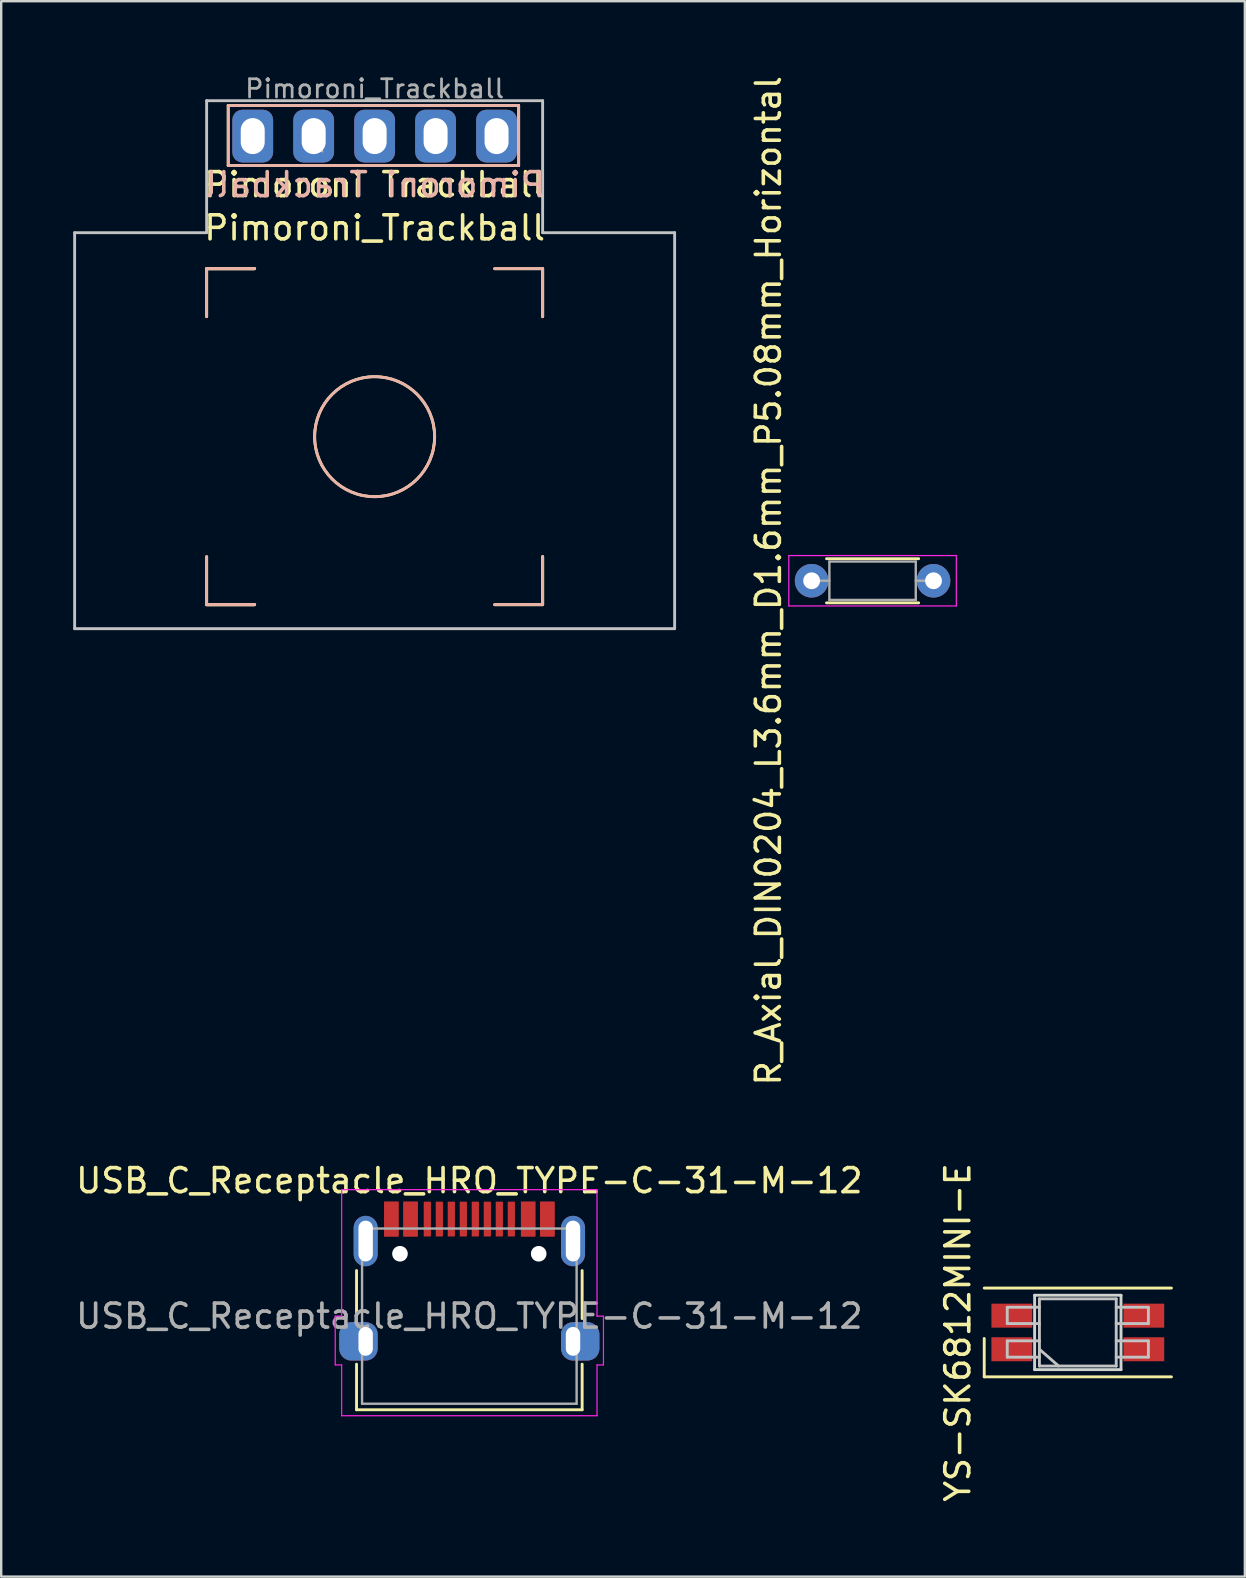
<source format=kicad_pcb>
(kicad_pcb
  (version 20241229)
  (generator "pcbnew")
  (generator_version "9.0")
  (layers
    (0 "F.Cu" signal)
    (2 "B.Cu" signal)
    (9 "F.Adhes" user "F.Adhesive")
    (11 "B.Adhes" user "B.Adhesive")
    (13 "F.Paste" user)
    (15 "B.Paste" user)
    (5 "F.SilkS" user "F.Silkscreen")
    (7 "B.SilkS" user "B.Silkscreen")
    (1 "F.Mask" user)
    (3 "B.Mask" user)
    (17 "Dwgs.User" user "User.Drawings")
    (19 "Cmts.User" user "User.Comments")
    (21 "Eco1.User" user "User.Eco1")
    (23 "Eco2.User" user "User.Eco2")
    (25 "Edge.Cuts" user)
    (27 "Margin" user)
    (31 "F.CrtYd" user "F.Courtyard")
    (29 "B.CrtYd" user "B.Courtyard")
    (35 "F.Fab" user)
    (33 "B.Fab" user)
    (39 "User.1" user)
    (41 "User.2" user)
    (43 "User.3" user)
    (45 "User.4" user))
  (footprint "USB_C_Receptacle_HRO_TYPE-C-31-M-12"
    (layer "F.Cu")
    (at 16.506 51.791)
    (property "Reference" "USB_C_Receptacle_HRO_TYPE-C-31-M-12" (at 0 -5.645 0) (layer "F.SilkS") (effects (font (size 1 1) (thickness 0.15))))
    (attr smd)
    (fp_rect (start -3.9 -5.1) (end 3.9 -3) (stroke (width 0) (type solid)) (fill yes) (layer "B.Mask"))
    (fp_line (start -4.7 -1.9) (end -4.7 0.1) (stroke (width 0.12) (type solid)) (layer "F.SilkS"))
    (fp_line (start -4.7 2) (end -4.7 3.9) (stroke (width 0.12) (type solid)) (layer "F.SilkS"))
    (fp_line (start -4.7 3.9) (end 4.7 3.9) (stroke (width 0.12) (type solid)) (layer "F.SilkS"))
    (fp_line (start 4.7 -1.9) (end 4.7 0.1) (stroke (width 0.12) (type solid)) (layer "F.SilkS"))
    (fp_line (start 4.7 2) (end 4.7 3.9) (stroke (width 0.12) (type solid)) (layer "F.SilkS"))
    (fp_line (start -5.588 0) (end -5.588 2.032) (stroke (width 0.05) (type solid)) (layer "F.CrtYd"))
    (fp_line (start -5.588 0) (end -5.32 0) (stroke (width 0.05) (type solid)) (layer "F.CrtYd"))
    (fp_line (start -5.588 2.032) (end -5.32 2.032) (stroke (width 0.05) (type solid)) (layer "F.CrtYd"))
    (fp_line (start -5.32 -5.27) (end -5.32 0) (stroke (width 0.05) (type solid)) (layer "F.CrtYd"))
    (fp_line (start -5.32 -5.27) (end 5.32 -5.27) (stroke (width 0.05) (type solid)) (layer "F.CrtYd"))
    (fp_line (start -5.32 2.032) (end -5.32 4.15) (stroke (width 0.05) (type solid)) (layer "F.CrtYd"))
    (fp_line (start -5.32 4.15) (end 5.32 4.15) (stroke (width 0.05) (type solid)) (layer "F.CrtYd"))
    (fp_line (start 5.32 -5.27) (end 5.32 0) (stroke (width 0.05) (type solid)) (layer "F.CrtYd"))
    (fp_line (start 5.32 2.032) (end 5.32 4.15) (stroke (width 0.05) (type solid)) (layer "F.CrtYd"))
    (fp_line (start 5.588 0) (end 5.32 0) (stroke (width 0.05) (type solid)) (layer "F.CrtYd"))
    (fp_line (start 5.588 0) (end 5.588 2.032) (stroke (width 0.05) (type solid)) (layer "F.CrtYd"))
    (fp_line (start 5.588 2.032) (end 5.32 2.032) (stroke (width 0.05) (type solid)) (layer "F.CrtYd"))
    (fp_line (start -4.47 -3.65) (end -4.47 3.65) (stroke (width 0.1) (type solid)) (layer "F.Fab"))
    (fp_line (start -4.47 -3.65) (end 4.47 -3.65) (stroke (width 0.1) (type solid)) (layer "F.Fab"))
    (fp_line (start -4.47 3.65) (end 4.47 3.65) (stroke (width 0.1) (type solid)) (layer "F.Fab"))
    (fp_line (start 4.47 -3.65) (end 4.47 3.65) (stroke (width 0.1) (type solid)) (layer "F.Fab"))
    (fp_text user "${REFERENCE}" (at 0 0 0) (layer "F.Fab") (effects (font (size 1 1) (thickness 0.15))))
    (pad "" np_thru_hole circle (at -2.89 -2.6) (size 0.65 0.65) (drill 0.65) (layers "*.Cu" "*.Mask"))
    (pad "" np_thru_hole circle (at 2.89 -2.6) (size 0.65 0.65) (drill 0.65) (layers "*.Cu" "*.Mask"))
    (pad "A1" smd rect (at -3.25 -4.045) (size 0.6 1.45) (layers "F.Cu" "F.Mask" "F.Paste"))
    (pad "A4" smd rect (at -2.45 -4.045) (size 0.6 1.45) (layers "F.Cu" "F.Mask" "F.Paste"))
    (pad "A5" smd rect (at -1.25 -4.045) (size 0.3 1.45) (layers "F.Cu" "F.Mask" "F.Paste"))
    (pad "A6" smd rect (at -0.25 -4.045) (size 0.3 1.45) (layers "F.Cu" "F.Mask" "F.Paste"))
    (pad "A7" smd rect (at 0.25 -4.045) (size 0.3 1.45) (layers "F.Cu" "F.Mask" "F.Paste"))
    (pad "A8" smd rect (at 1.25 -4.045) (size 0.3 1.45) (layers "F.Cu" "F.Mask" "F.Paste"))
    (pad "A9" smd rect (at 2.45 -4.045) (size 0.6 1.45) (layers "F.Cu" "F.Mask" "F.Paste"))
    (pad "A12" smd rect (at 3.25 -4.045) (size 0.6 1.45) (layers "F.Cu" "F.Mask" "F.Paste"))
    (pad "B1" smd rect (at 3.25 -4.045) (size 0.6 1.45) (layers "F.Cu" "F.Mask" "F.Paste"))
    (pad "B4" smd rect (at 2.45 -4.045) (size 0.6 1.45) (layers "F.Cu" "F.Mask" "F.Paste"))
    (pad "B5" smd rect (at 1.75 -4.045) (size 0.3 1.45) (layers "F.Cu" "F.Mask" "F.Paste"))
    (pad "B6" smd rect (at 0.75 -4.045) (size 0.3 1.45) (layers "F.Cu" "F.Mask" "F.Paste"))
    (pad "B7" smd rect (at -0.75 -4.045) (size 0.3 1.45) (layers "F.Cu" "F.Mask" "F.Paste"))
    (pad "B8" smd rect (at -1.75 -4.045) (size 0.3 1.45) (layers "F.Cu" "F.Mask" "F.Paste"))
    (pad "B9" smd rect (at -2.45 -4.045) (size 0.6 1.45) (layers "F.Cu" "F.Mask" "F.Paste"))
    (pad "B12" smd rect (at -3.25 -4.045) (size 0.6 1.45) (layers "F.Cu" "F.Mask" "F.Paste"))
    (pad "S1" thru_hole oval (at -4.32 -3.13) (size 1 2.1) (drill oval 0.6 1.7) (layers "*.Cu" "*.Mask"))
    (pad "S1" thru_hole roundrect (at -4.32 1.05) (size 1.6 1.6) (drill oval 0.6 1.2 (offset -0.3 0)) (layers "*.Cu" "*.Mask") (roundrect_rratio 0.312))
    (pad "S1" thru_hole oval (at 4.32 -3.13) (size 1 2.1) (drill oval 0.6 1.7) (layers "*.Cu" "*.Mask"))
    (pad "S1" thru_hole roundrect (at 4.32 1.05) (size 1.6 1.6) (drill oval 0.6 1.2 (offset 0.3 0)) (layers "*.Cu" "*.Mask") (roundrect_rratio 0.312))
    (zone (net_name "") (layer "B.Cu") (hatch edge 0.508) (connect_pads) (min_thickness 0.254) (filled_areas_thickness no) (keepout (tracks allowed) (vias allowed) (pads allowed) (copperpour not_allowed) (footprints allowed)) (placement (enabled no)) (fill) (polygon (pts (xy 20.406 48.791) (xy 12.606 48.791) (xy 12.606 46.691) (xy 20.406 46.691)))))
  (footprint "YS-SK6812MINI-E"
    (layer "F.Cu")
    (at 41.86 52.47)
    (property "Reference" "YS-SK6812MINI-E" (at -5 0 90) (layer "F.SilkS") (effects (font (size 1 1) (thickness 0.15))))
    (fp_line (start -3.9 0.25) (end -3.9 1.85) (stroke (width 0.12) (type solid)) (layer "F.SilkS"))
    (fp_line (start -3.9 1.85) (end 3.9 1.85) (stroke (width 0.12) (type solid)) (layer "F.SilkS"))
    (fp_line (start 3.9 -1.85) (end -3.9 -1.85) (stroke (width 0.12) (type solid)) (layer "F.SilkS"))
    (fp_line (start -2.94 -1.05) (end -2.94 -0.37) (stroke (width 0.12) (type solid)) (layer "Dwgs.User"))
    (fp_line (start -2.94 -0.37) (end -1.6 -0.37) (stroke (width 0.12) (type solid)) (layer "Dwgs.User"))
    (fp_line (start -2.94 0.35) (end -2.94 1.03) (stroke (width 0.12) (type solid)) (layer "Dwgs.User"))
    (fp_line (start -2.94 1.03) (end -1.6 1.03) (stroke (width 0.12) (type solid)) (layer "Dwgs.User"))
    (fp_line (start -1.6 -1.4) (end -1.6 1.4) (stroke (width 0.12) (type solid)) (layer "Dwgs.User"))
    (fp_line (start -1.6 -1.4) (end 1.6 -1.4) (stroke (width 0.12) (type solid)) (layer "Dwgs.User"))
    (fp_line (start -1.6 -1.05) (end -2.94 -1.05) (stroke (width 0.12) (type solid)) (layer "Dwgs.User"))
    (fp_line (start -1.6 0.35) (end -2.94 0.35) (stroke (width 0.12) (type solid)) (layer "Dwgs.User"))
    (fp_line (start -1.6 0.7) (end -0.8 1.4) (stroke (width 0.12) (type solid)) (layer "Dwgs.User"))
    (fp_line (start -1.6 1.4) (end 1.6 1.4) (stroke (width 0.12) (type solid)) (layer "Dwgs.User"))
    (fp_line (start 1.6 -1.4) (end 1.6 1.4) (stroke (width 0.12) (type solid)) (layer "Dwgs.User"))
    (fp_line (start 1.6 -0.37) (end 2.94 -0.37) (stroke (width 0.12) (type solid)) (layer "Dwgs.User"))
    (fp_line (start 1.6 1.03) (end 2.94 1.03) (stroke (width 0.12) (type solid)) (layer "Dwgs.User"))
    (fp_line (start 2.94 -1.05) (end 1.6 -1.05) (stroke (width 0.12) (type solid)) (layer "Dwgs.User"))
    (fp_line (start 2.94 -0.37) (end 2.94 -1.05) (stroke (width 0.12) (type solid)) (layer "Dwgs.User"))
    (fp_line (start 2.94 0.35) (end 1.6 0.35) (stroke (width 0.12) (type solid)) (layer "Dwgs.User"))
    (fp_line (start 2.94 1.03) (end 2.94 0.35) (stroke (width 0.12) (type solid)) (layer "Dwgs.User"))
    (fp_line (start -1.8 -1.55) (end -1.8 1.55) (stroke (width 0.12) (type solid)) (layer "Edge.Cuts"))
    (fp_line (start -1.8 1.55) (end 1.8 1.55) (stroke (width 0.12) (type solid)) (layer "Edge.Cuts"))
    (fp_line (start 1.8 -1.55) (end -1.8 -1.55) (stroke (width 0.12) (type solid)) (layer "Edge.Cuts"))
    (fp_line (start 1.8 1.55) (end 1.8 -1.55) (stroke (width 0.12) (type solid)) (layer "Edge.Cuts"))
    (pad "1" smd rect (at 2.75 -0.7) (size 1.7 1) (layers "F.Cu" "F.Mask" "F.Paste"))
    (pad "2" smd rect (at 2.75 0.7) (size 1.7 1) (layers "F.Cu" "F.Mask" "F.Paste"))
    (pad "3" smd rect (at -2.75 0.7) (size 1.7 1) (layers "F.Cu" "F.Mask" "F.Paste"))
    (pad "4" smd rect (at -2.75 -0.7) (size 1.7 1) (layers "F.Cu" "F.Mask" "F.Paste")))
  (footprint "R_Axial_DIN0204_L3.6mm_D1.6mm_P5.08mm_Horizontal"
    (layer "F.Cu")
    (at 30.768 21.149)
    (property "Reference" "R_Axial_DIN0204_L3.6mm_D1.6mm_P5.08mm_Horizontal" (at -1.8 0 90) (layer "F.SilkS") (effects (font (size 1 1) (thickness 0.15))))
    (fp_line (start 0.62 -0.92) (end 4.46 -0.92) (stroke (width 0.12) (type solid)) (layer "F.SilkS"))
    (fp_line (start 0.62 0.92) (end 4.46 0.92) (stroke (width 0.12) (type solid)) (layer "F.SilkS"))
    (fp_line (start -0.95 -1.05) (end -0.95 1.05) (stroke (width 0.05) (type solid)) (layer "F.CrtYd"))
    (fp_line (start -0.95 1.05) (end 6.03 1.05) (stroke (width 0.05) (type solid)) (layer "F.CrtYd"))
    (fp_line (start 6.03 -1.05) (end -0.95 -1.05) (stroke (width 0.05) (type solid)) (layer "F.CrtYd"))
    (fp_line (start 6.03 1.05) (end 6.03 -1.05) (stroke (width 0.05) (type solid)) (layer "F.CrtYd"))
    (fp_line (start 0 0) (end 0.74 0) (stroke (width 0.1) (type solid)) (layer "F.Fab"))
    (fp_line (start 0.74 -0.8) (end 0.74 0.8) (stroke (width 0.1) (type solid)) (layer "F.Fab"))
    (fp_line (start 0.74 0.8) (end 4.34 0.8) (stroke (width 0.1) (type solid)) (layer "F.Fab"))
    (fp_line (start 4.34 -0.8) (end 0.74 -0.8) (stroke (width 0.1) (type solid)) (layer "F.Fab"))
    (fp_line (start 4.34 0.8) (end 4.34 -0.8) (stroke (width 0.1) (type solid)) (layer "F.Fab"))
    (fp_line (start 5.08 0) (end 4.34 0) (stroke (width 0.1) (type solid)) (layer "F.Fab"))
    (pad "1" thru_hole circle (at 0 0) (size 1.4 1.4) (drill 0.7) (layers "*.Cu" "*.Mask"))
    (pad "2" thru_hole oval (at 5.08 0) (size 1.4 1.4) (drill 0.7) (layers "*.Cu" "*.Mask")))
  (footprint "Pimoroni_Trackball"
    (layer "F.Cu")
    (at 12.56 15.145)
    (property "Reference" "Pimoroni_Trackball" (at 0 -8.7 180) (layer "F.SilkS") (effects (font (size 1 1) (thickness 0.15))))
    (attr through_hole)
    (fp_line (start -7 -7) (end -7 -5) (stroke (width 0.12) (type solid)) (layer "F.SilkS"))
    (fp_line (start -7 -7) (end -5 -7) (stroke (width 0.12) (type solid)) (layer "F.SilkS"))
    (fp_line (start -7 7) (end -7 5) (stroke (width 0.12) (type solid)) (layer "F.SilkS"))
    (fp_line (start -7 7) (end -5 7) (stroke (width 0.12) (type solid)) (layer "F.SilkS"))
    (fp_line (start -6.1 -13.8) (end -5.9 -13.8) (stroke (width 0.12) (type solid)) (layer "F.SilkS"))
    (fp_line (start -6.1 -11.3) (end -6.1 -13.8) (stroke (width 0.12) (type solid)) (layer "F.SilkS"))
    (fp_line (start -5.9 -13.8) (end 6 -13.8) (stroke (width 0.12) (type solid)) (layer "F.SilkS"))
    (fp_line (start -5 -7) (end -7 -7) (stroke (width 0.12) (type solid)) (layer "F.SilkS"))
    (fp_line (start -5 7) (end -7 7) (stroke (width 0.12) (type solid)) (layer "F.SilkS"))
    (fp_line (start 6 -13.8) (end 6 -11.3) (stroke (width 0.12) (type solid)) (layer "F.SilkS"))
    (fp_line (start 6 -11.3) (end -6.1 -11.3) (stroke (width 0.12) (type solid)) (layer "F.SilkS"))
    (fp_line (start 7 -7) (end 5 -7) (stroke (width 0.12) (type solid)) (layer "F.SilkS"))
    (fp_line (start 7 -7) (end 7 -5) (stroke (width 0.12) (type solid)) (layer "F.SilkS"))
    (fp_line (start 7 5) (end 7 7) (stroke (width 0.12) (type solid)) (layer "F.SilkS"))
    (fp_line (start 7 6) (end 7 5) (stroke (width 0.12) (type solid)) (layer "F.SilkS"))
    (fp_line (start 7 7) (end 5 7) (stroke (width 0.12) (type solid)) (layer "F.SilkS"))
    (fp_line (start 7 7) (end 7 6) (stroke (width 0.12) (type solid)) (layer "F.SilkS"))
    (fp_circle (center 0 0) (end 0 -2.5) (stroke (width 0.12) (type solid)) (fill no) (layer "F.SilkS"))
    (fp_line (start -7 -7) (end -7 -5) (stroke (width 0.12) (type solid)) (layer "B.SilkS"))
    (fp_line (start -7 -7) (end -5 -7) (stroke (width 0.12) (type solid)) (layer "B.SilkS"))
    (fp_line (start -7 7) (end -7 5) (stroke (width 0.12) (type solid)) (layer "B.SilkS"))
    (fp_line (start -7 7) (end -5 7) (stroke (width 0.12) (type solid)) (layer "B.SilkS"))
    (fp_line (start -6.1 -13.8) (end -6.1 -11.3) (stroke (width 0.12) (type solid)) (layer "B.SilkS"))
    (fp_line (start -6.1 -11.3) (end -5.9 -11.3) (stroke (width 0.12) (type solid)) (layer "B.SilkS"))
    (fp_line (start -5.9 -11.3) (end 6 -11.3) (stroke (width 0.12) (type solid)) (layer "B.SilkS"))
    (fp_line (start -5 -7) (end -7 -7) (stroke (width 0.12) (type solid)) (layer "B.SilkS"))
    (fp_line (start -5 7) (end -7 7) (stroke (width 0.12) (type solid)) (layer "B.SilkS"))
    (fp_line (start 6 -13.8) (end -6.1 -13.8) (stroke (width 0.12) (type solid)) (layer "B.SilkS"))
    (fp_line (start 6 -11.3) (end 6 -13.8) (stroke (width 0.12) (type solid)) (layer "B.SilkS"))
    (fp_line (start 7 -7) (end 5 -7) (stroke (width 0.12) (type solid)) (layer "B.SilkS"))
    (fp_line (start 7 -7) (end 7 -6) (stroke (width 0.12) (type solid)) (layer "B.SilkS"))
    (fp_line (start 7 -6) (end 7 -5) (stroke (width 0.12) (type solid)) (layer "B.SilkS"))
    (fp_line (start 7 -5) (end 7 -7) (stroke (width 0.12) (type solid)) (layer "B.SilkS"))
    (fp_line (start 7 7) (end 5 7) (stroke (width 0.12) (type solid)) (layer "B.SilkS"))
    (fp_line (start 7 7) (end 7 5) (stroke (width 0.12) (type solid)) (layer "B.SilkS"))
    (fp_circle (center 0 0) (end 0 2.5) (stroke (width 0.12) (type solid)) (fill no) (layer "B.SilkS"))
    (fp_line (start -12.5 -8.5) (end -7 -8.5) (stroke (width 0.12) (type solid)) (layer "Dwgs.User"))
    (fp_line (start -12.5 8) (end -12.5 -8.5) (stroke (width 0.12) (type solid)) (layer "Dwgs.User"))
    (fp_line (start -12.5 8) (end 12.5 8) (stroke (width 0.12) (type solid)) (layer "Dwgs.User"))
    (fp_line (start -7 -14) (end -7 -8.5) (stroke (width 0.12) (type solid)) (layer "Dwgs.User"))
    (fp_line (start 7 -14) (end -7 -14) (stroke (width 0.12) (type solid)) (layer "Dwgs.User"))
    (fp_line (start 7 -8.5) (end 7 -14) (stroke (width 0.12) (type solid)) (layer "Dwgs.User"))
    (fp_line (start 12.5 -8.5) (end 7 -8.5) (stroke (width 0.12) (type solid)) (layer "Dwgs.User"))
    (fp_line (start 12.5 8) (end 12.5 -8.5) (stroke (width 0.12) (type solid)) (layer "Dwgs.User"))
    (fp_line (start -2.5 -12.207) (end -2.5 -13.159) (stroke (width 0.1) (type solid)) (layer "F.Fab"))
    (fp_line (start -2.183 -11.889) (end -2.5 -12.207) (stroke (width 0.1) (type solid)) (layer "F.Fab"))
    (fp_line (start 2.5 -13.159) (end 2.5 -11.889) (stroke (width 0.1) (type solid)) (layer "F.Fab"))
    (fp_text user "Pimoroni Trackball" (at 0 -10.5 0) (layer "F.SilkS") (effects (font (size 1 1) (thickness 0.15))))
    (fp_text user "Pimoroni Trackball" (at 0 -10.5 0) (layer "B.SilkS") (effects (font (size 1 1) (thickness 0.15)) (justify mirror)))
    (fp_text user "${REFERENCE}" (at 0 -14.5 180) (layer "F.Fab") (effects (font (size 0.76 0.76) (thickness 0.114))))
    (pad "1" thru_hole roundrect (at -5.08 -12.524 90) (size 2.2 1.7) (drill oval 1.5 1) (layers "*.Cu" "*.Mask") (roundrect_rratio 0.25))
    (pad "2" thru_hole roundrect (at -2.54 -12.524 180) (size 1.7 2.2) (drill oval 1 1.5) (layers "*.Cu" "*.Mask") (roundrect_rratio 0.25))
    (pad "3" thru_hole roundrect (at 0 -12.524 180) (size 1.7 2.2) (drill oval 1 1.5) (layers "*.Cu" "*.Mask") (roundrect_rratio 0.25))
    (pad "4" thru_hole roundrect (at 2.54 -12.524 180) (size 1.7 2.2) (drill oval 1 1.5) (layers "*.Cu" "*.Mask") (roundrect_rratio 0.25))
    (pad "5" thru_hole roundrect (at 5.08 -12.524 180) (size 1.7 2.2) (drill oval 1 1.5) (layers "*.Cu" "*.Mask") (roundrect_rratio 0.25)))
  (gr_rect
    (start -3 -3)
    (end 48.82 62.643)
    (stroke (width 0.1) (type default))
    (fill no)
    (layer "Edge.Cuts")))
</source>
